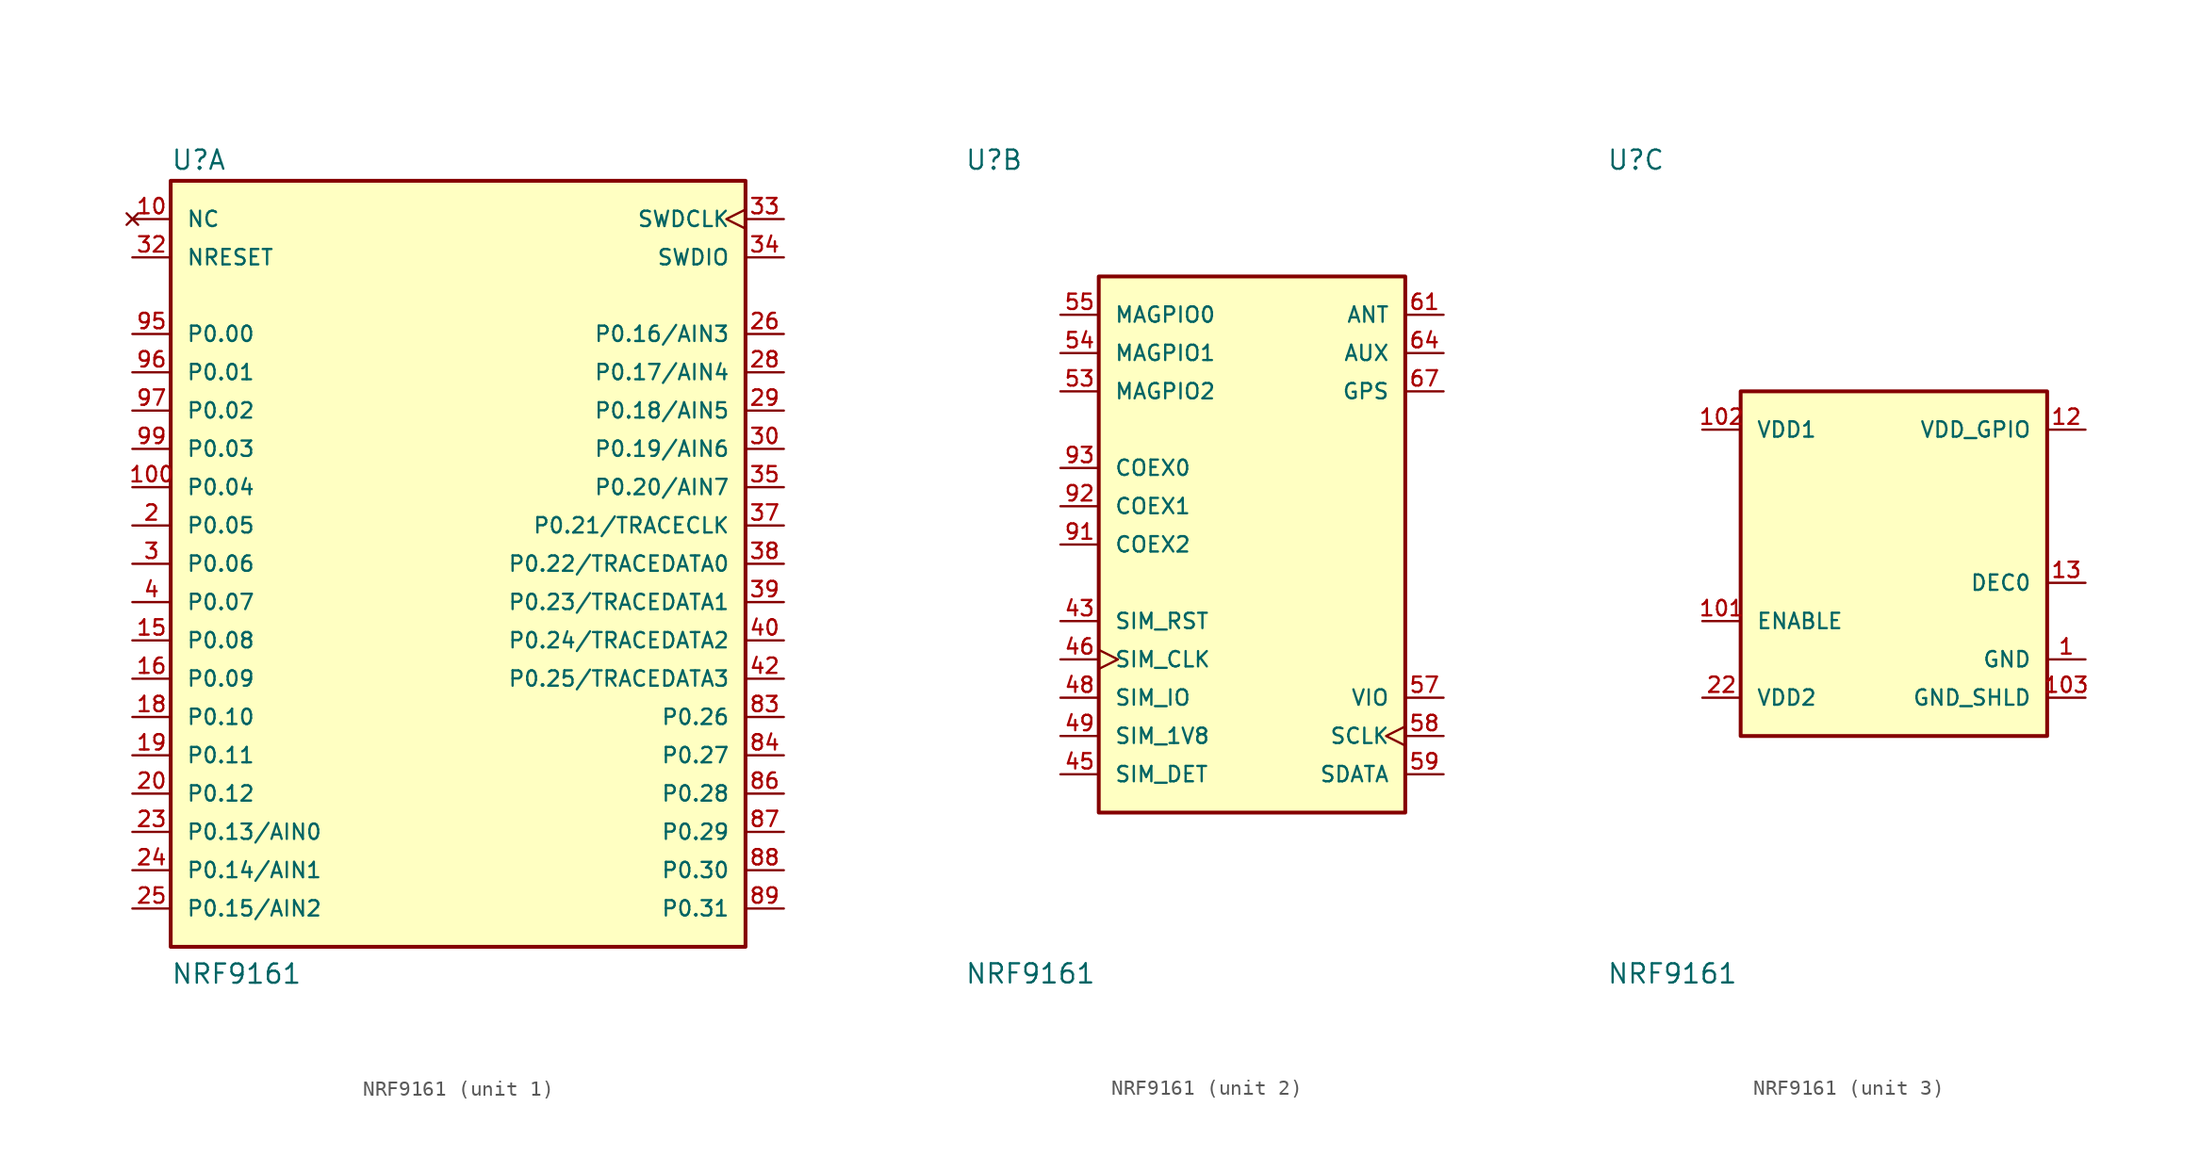
<source format=kicad_sym>
(kicad_symbol_lib
  (version 20241209)
  (generator "kicad_symbol_editor")
  (generator_version "9.0")
  (symbol "NRF9161"
    (pin_names
      (offset 1.016))
    (property "Reference" "U"
      (at -19.05 26.035 0)
      (effects (font (size 1.27 1.27)) (justify left bottom)))
    (property "Value" "NRF9161"
      (at -19.05 -27.94 0)
      (effects (font (size 1.27 1.27)) (justify left bottom)))
    (property "ki_locked" ""
      (at 0 0 0)
      (effects (font (size 1.27 1.27))))
    (symbol "NRF9161_1_0"
      (rectangle (start -19.05 25.4) (end 19.05 -25.4) (stroke (width 0.254) (type solid)) (fill (type color) (color 255 255 194 1)))
      (pin no_connect line (at -21.59 22.86 0) (length 2.54) (name "NC" (effects (font (size 1.016 1.016)))) (number "10" (effects (font (size 1.016 1.016)))))
      (pin no_connect line (at -21.59 22.86 0) (length 2.54) (hide yes) (name "NC" (effects (font (size 1.016 1.016)))) (number "104" (effects (font (size 1.016 1.016)))))
      (pin no_connect line (at -21.59 22.86 0) (length 2.54) (hide yes) (name "NC" (effects (font (size 1.016 1.016)))) (number "105" (effects (font (size 1.016 1.016)))))
      (pin no_connect line (at -21.59 22.86 0) (length 2.54) (hide yes) (name "NC" (effects (font (size 1.016 1.016)))) (number "106" (effects (font (size 1.016 1.016)))))
      (pin no_connect line (at -21.59 22.86 0) (length 2.54) (hide yes) (name "NC" (effects (font (size 1.016 1.016)))) (number "107" (effects (font (size 1.016 1.016)))))
      (pin no_connect line (at -21.59 22.86 0) (length 2.54) (hide yes) (name "NC" (effects (font (size 1.016 1.016)))) (number "108" (effects (font (size 1.016 1.016)))))
      (pin no_connect line (at -21.59 22.86 0) (length 2.54) (hide yes) (name "NC" (effects (font (size 1.016 1.016)))) (number "109" (effects (font (size 1.016 1.016)))))
      (pin no_connect line (at -21.59 22.86 0) (length 2.54) (hide yes) (name "NC" (effects (font (size 1.016 1.016)))) (number "110" (effects (font (size 1.016 1.016)))))
      (pin no_connect line (at -21.59 22.86 0) (length 2.54) (hide yes) (name "NC" (effects (font (size 1.016 1.016)))) (number "111" (effects (font (size 1.016 1.016)))))
      (pin no_connect line (at -21.59 22.86 0) (length 2.54) (hide yes) (name "NC" (effects (font (size 1.016 1.016)))) (number "112" (effects (font (size 1.016 1.016)))))
      (pin no_connect line (at -21.59 22.86 0) (length 2.54) (hide yes) (name "NC" (effects (font (size 1.016 1.016)))) (number "113" (effects (font (size 1.016 1.016)))))
      (pin no_connect line (at -21.59 22.86 0) (length 2.54) (hide yes) (name "NC" (effects (font (size 1.016 1.016)))) (number "114" (effects (font (size 1.016 1.016)))))
      (pin no_connect line (at -21.59 22.86 0) (length 2.54) (hide yes) (name "NC" (effects (font (size 1.016 1.016)))) (number "115" (effects (font (size 1.016 1.016)))))
      (pin no_connect line (at -21.59 22.86 0) (length 2.54) (hide yes) (name "NC" (effects (font (size 1.016 1.016)))) (number "116" (effects (font (size 1.016 1.016)))))
      (pin no_connect line (at -21.59 22.86 0) (length 2.54) (hide yes) (name "NC" (effects (font (size 1.016 1.016)))) (number "117" (effects (font (size 1.016 1.016)))))
      (pin no_connect line (at -21.59 22.86 0) (length 2.54) (hide yes) (name "NC" (effects (font (size 1.016 1.016)))) (number "118" (effects (font (size 1.016 1.016)))))
      (pin no_connect line (at -21.59 22.86 0) (length 2.54) (hide yes) (name "NC" (effects (font (size 1.016 1.016)))) (number "119" (effects (font (size 1.016 1.016)))))
      (pin no_connect line (at -21.59 22.86 0) (length 2.54) (hide yes) (name "NC" (effects (font (size 1.016 1.016)))) (number "120" (effects (font (size 1.016 1.016)))))
      (pin no_connect line (at -21.59 22.86 0) (length 2.54) (hide yes) (name "NC" (effects (font (size 1.016 1.016)))) (number "121" (effects (font (size 1.016 1.016)))))
      (pin no_connect line (at -21.59 22.86 0) (length 2.54) (hide yes) (name "NC" (effects (font (size 1.016 1.016)))) (number "122" (effects (font (size 1.016 1.016)))))
      (pin no_connect line (at -21.59 22.86 0) (length 2.54) (hide yes) (name "NC" (effects (font (size 1.016 1.016)))) (number "123" (effects (font (size 1.016 1.016)))))
      (pin no_connect line (at -21.59 22.86 0) (length 2.54) (hide yes) (name "NC" (effects (font (size 1.016 1.016)))) (number "124" (effects (font (size 1.016 1.016)))))
      (pin no_connect line (at -21.59 22.86 0) (length 2.54) (hide yes) (name "NC" (effects (font (size 1.016 1.016)))) (number "125" (effects (font (size 1.016 1.016)))))
      (pin no_connect line (at -21.59 22.86 0) (length 2.54) (hide yes) (name "NC" (effects (font (size 1.016 1.016)))) (number "126" (effects (font (size 1.016 1.016)))))
      (pin no_connect line (at -21.59 22.86 0) (length 2.54) (hide yes) (name "NC" (effects (font (size 1.016 1.016)))) (number "127" (effects (font (size 1.016 1.016)))))
      (pin no_connect line (at -21.59 22.86 0) (length 2.54) (hide yes) (name "NC" (effects (font (size 1.016 1.016)))) (number "51" (effects (font (size 1.016 1.016)))))
      (pin no_connect line (at -21.59 22.86 0) (length 2.54) (hide yes) (name "NC" (effects (font (size 1.016 1.016)))) (number "70" (effects (font (size 1.016 1.016)))))
      (pin no_connect line (at -21.59 22.86 0) (length 2.54) (hide yes) (name "NC" (effects (font (size 1.016 1.016)))) (number "71" (effects (font (size 1.016 1.016)))))
      (pin no_connect line (at -21.59 22.86 0) (length 2.54) (hide yes) (name "NC" (effects (font (size 1.016 1.016)))) (number "73" (effects (font (size 1.016 1.016)))))
      (pin input line (at -21.59 20.32 0) (length 2.54) (name "NRESET" (effects (font (size 1.016 1.016)))) (number "32" (effects (font (size 1.016 1.016)))))
      (pin bidirectional line (at -21.59 15.24 0) (length 2.54) (name "P0.00" (effects (font (size 1.016 1.016)))) (number "95" (effects (font (size 1.016 1.016)))))
      (pin bidirectional line (at -21.59 12.7 0) (length 2.54) (name "P0.01" (effects (font (size 1.016 1.016)))) (number "96" (effects (font (size 1.016 1.016)))))
      (pin bidirectional line (at -21.59 10.16 0) (length 2.54) (name "P0.02" (effects (font (size 1.016 1.016)))) (number "97" (effects (font (size 1.016 1.016)))))
      (pin bidirectional line (at -21.59 7.62 0) (length 2.54) (name "P0.03" (effects (font (size 1.016 1.016)))) (number "99" (effects (font (size 1.016 1.016)))))
      (pin bidirectional line (at -21.59 5.08 0) (length 2.54) (name "P0.04" (effects (font (size 1.016 1.016)))) (number "100" (effects (font (size 1.016 1.016)))))
      (pin bidirectional line (at -21.59 2.54 0) (length 2.54) (name "P0.05" (effects (font (size 1.016 1.016)))) (number "2" (effects (font (size 1.016 1.016)))))
      (pin bidirectional line (at -21.59 0 0) (length 2.54) (name "P0.06" (effects (font (size 1.016 1.016)))) (number "3" (effects (font (size 1.016 1.016)))))
      (pin bidirectional line (at -21.59 -2.54 0) (length 2.54) (name "P0.07" (effects (font (size 1.016 1.016)))) (number "4" (effects (font (size 1.016 1.016)))))
      (pin bidirectional line (at -21.59 -5.08 0) (length 2.54) (name "P0.08" (effects (font (size 1.016 1.016)))) (number "15" (effects (font (size 1.016 1.016)))))
      (pin bidirectional line (at -21.59 -7.62 0) (length 2.54) (name "P0.09" (effects (font (size 1.016 1.016)))) (number "16" (effects (font (size 1.016 1.016)))))
      (pin bidirectional line (at -21.59 -10.16 0) (length 2.54) (name "P0.10" (effects (font (size 1.016 1.016)))) (number "18" (effects (font (size 1.016 1.016)))))
      (pin bidirectional line (at -21.59 -12.7 0) (length 2.54) (name "P0.11" (effects (font (size 1.016 1.016)))) (number "19" (effects (font (size 1.016 1.016)))))
      (pin bidirectional line (at -21.59 -15.24 0) (length 2.54) (name "P0.12" (effects (font (size 1.016 1.016)))) (number "20" (effects (font (size 1.016 1.016)))))
      (pin bidirectional line (at -21.59 -17.78 0) (length 2.54) (name "P0.13/AIN0" (effects (font (size 1.016 1.016)))) (number "23" (effects (font (size 1.016 1.016)))))
      (pin bidirectional line (at -21.59 -20.32 0) (length 2.54) (name "P0.14/AIN1" (effects (font (size 1.016 1.016)))) (number "24" (effects (font (size 1.016 1.016)))))
      (pin bidirectional line (at -21.59 -22.86 0) (length 2.54) (name "P0.15/AIN2" (effects (font (size 1.016 1.016)))) (number "25" (effects (font (size 1.016 1.016)))))
      (pin input clock (at 21.59 22.86 180) (length 2.54) (name "SWDCLK" (effects (font (size 1.016 1.016)))) (number "33" (effects (font (size 1.016 1.016)))))
      (pin bidirectional line (at 21.59 20.32 180) (length 2.54) (name "SWDIO" (effects (font (size 1.016 1.016)))) (number "34" (effects (font (size 1.016 1.016)))))
      (pin bidirectional line (at 21.59 15.24 180) (length 2.54) (name "P0.16/AIN3" (effects (font (size 1.016 1.016)))) (number "26" (effects (font (size 1.016 1.016)))))
      (pin bidirectional line (at 21.59 12.7 180) (length 2.54) (name "P0.17/AIN4" (effects (font (size 1.016 1.016)))) (number "28" (effects (font (size 1.016 1.016)))))
      (pin bidirectional line (at 21.59 10.16 180) (length 2.54) (name "P0.18/AIN5" (effects (font (size 1.016 1.016)))) (number "29" (effects (font (size 1.016 1.016)))))
      (pin bidirectional line (at 21.59 7.62 180) (length 2.54) (name "P0.19/AIN6" (effects (font (size 1.016 1.016)))) (number "30" (effects (font (size 1.016 1.016)))))
      (pin bidirectional line (at 21.59 5.08 180) (length 2.54) (name "P0.20/AIN7" (effects (font (size 1.016 1.016)))) (number "35" (effects (font (size 1.016 1.016)))))
      (pin bidirectional line (at 21.59 2.54 180) (length 2.54) (name "P0.21/TRACECLK" (effects (font (size 1.016 1.016)))) (number "37" (effects (font (size 1.016 1.016)))))
      (pin bidirectional line (at 21.59 0 180) (length 2.54) (name "P0.22/TRACEDATA0" (effects (font (size 1.016 1.016)))) (number "38" (effects (font (size 1.016 1.016)))))
      (pin bidirectional line (at 21.59 -2.54 180) (length 2.54) (name "P0.23/TRACEDATA1" (effects (font (size 1.016 1.016)))) (number "39" (effects (font (size 1.016 1.016)))))
      (pin bidirectional line (at 21.59 -5.08 180) (length 2.54) (name "P0.24/TRACEDATA2" (effects (font (size 1.016 1.016)))) (number "40" (effects (font (size 1.016 1.016)))))
      (pin bidirectional line (at 21.59 -7.62 180) (length 2.54) (name "P0.25/TRACEDATA3" (effects (font (size 1.016 1.016)))) (number "42" (effects (font (size 1.016 1.016)))))
      (pin bidirectional line (at 21.59 -10.16 180) (length 2.54) (name "P0.26" (effects (font (size 1.016 1.016)))) (number "83" (effects (font (size 1.016 1.016)))))
      (pin bidirectional line (at 21.59 -12.7 180) (length 2.54) (name "P0.27" (effects (font (size 1.016 1.016)))) (number "84" (effects (font (size 1.016 1.016)))))
      (pin bidirectional line (at 21.59 -15.24 180) (length 2.54) (name "P0.28" (effects (font (size 1.016 1.016)))) (number "86" (effects (font (size 1.016 1.016)))))
      (pin bidirectional line (at 21.59 -17.78 180) (length 2.54) (name "P0.29" (effects (font (size 1.016 1.016)))) (number "87" (effects (font (size 1.016 1.016)))))
      (pin bidirectional line (at 21.59 -20.32 180) (length 2.54) (name "P0.30" (effects (font (size 1.016 1.016)))) (number "88" (effects (font (size 1.016 1.016)))))
      (pin bidirectional line (at 21.59 -22.86 180) (length 2.54) (name "P0.31" (effects (font (size 1.016 1.016)))) (number "89" (effects (font (size 1.016 1.016))))))
    (symbol "NRF9161_2_0"
      (rectangle (start -10.16 19.05) (end 10.16 -16.51) (stroke (width 0.254) (type default)) (fill (type color) (color 255 255 194 1)))
      (pin bidirectional line (at -12.7 16.51 0) (length 2.54) (name "MAGPIO0" (effects (font (size 1.016 1.016)))) (number "55" (effects (font (size 1.016 1.016)))))
      (pin bidirectional line (at -12.7 13.97 0) (length 2.54) (name "MAGPIO1" (effects (font (size 1.016 1.016)))) (number "54" (effects (font (size 1.016 1.016)))))
      (pin bidirectional line (at -12.7 11.43 0) (length 2.54) (name "MAGPIO2" (effects (font (size 1.016 1.016)))) (number "53" (effects (font (size 1.016 1.016)))))
      (pin bidirectional line (at -12.7 6.35 0) (length 2.54) (name "COEX0" (effects (font (size 1.016 1.016)))) (number "93" (effects (font (size 1.016 1.016)))))
      (pin bidirectional line (at -12.7 3.81 0) (length 2.54) (name "COEX1" (effects (font (size 1.016 1.016)))) (number "92" (effects (font (size 1.016 1.016)))))
      (pin bidirectional line (at -12.7 1.27 0) (length 2.54) (name "COEX2" (effects (font (size 1.016 1.016)))) (number "91" (effects (font (size 1.016 1.016)))))
      (pin bidirectional line (at -12.7 -3.81 0) (length 2.54) (name "SIM_RST" (effects (font (size 1.016 1.016)))) (number "43" (effects (font (size 1.016 1.016)))))
      (pin bidirectional clock (at -12.7 -6.35 0) (length 2.54) (name "SIM_CLK" (effects (font (size 1.016 1.016)))) (number "46" (effects (font (size 1.016 1.016)))))
      (pin bidirectional line (at -12.7 -8.89 0) (length 2.54) (name "SIM_IO" (effects (font (size 1.016 1.016)))) (number "48" (effects (font (size 1.016 1.016)))))
      (pin power_out line (at -12.7 -11.43 0) (length 2.54) (name "SIM_1V8" (effects (font (size 1.016 1.016)))) (number "49" (effects (font (size 1.016 1.016)))))
      (pin bidirectional line (at -12.7 -13.97 0) (length 2.54) (name "SIM_DET" (effects (font (size 1.016 1.016)))) (number "45" (effects (font (size 1.016 1.016)))))
      (pin bidirectional line (at 12.7 16.51 180) (length 2.54) (name "ANT" (effects (font (size 1.016 1.016)))) (number "61" (effects (font (size 1.016 1.016)))))
      (pin output line (at 12.7 13.97 180) (length 2.54) (name "AUX" (effects (font (size 1.016 1.016)))) (number "64" (effects (font (size 1.016 1.016)))))
      (pin input line (at 12.7 11.43 180) (length 2.54) (name "GPS" (effects (font (size 1.016 1.016)))) (number "67" (effects (font (size 1.016 1.016)))))
      (pin power_in line (at 12.7 -8.89 180) (length 2.54) (name "VIO" (effects (font (size 1.016 1.016)))) (number "57" (effects (font (size 1.016 1.016)))))
      (pin bidirectional clock (at 12.7 -11.43 180) (length 2.54) (name "SCLK" (effects (font (size 1.016 1.016)))) (number "58" (effects (font (size 1.016 1.016)))))
      (pin bidirectional line (at 12.7 -13.97 180) (length 2.54) (name "SDATA" (effects (font (size 1.016 1.016)))) (number "59" (effects (font (size 1.016 1.016))))))
    (symbol "NRF9161_3_0"
      (rectangle (start -10.16 11.43) (end 10.16 -11.43) (stroke (width 0.254) (type solid)) (fill (type color) (color 255 255 194 1)))
      (pin power_in line (at -12.7 8.89 0) (length 2.54) (name "VDD1" (effects (font (size 1.016 1.016)))) (number "102" (effects (font (size 1.016 1.016)))))
      (pin input line (at -12.7 -3.81 0) (length 2.54) (name "ENABLE" (effects (font (size 1.016 1.016)))) (number "101" (effects (font (size 1.016 1.016)))))
      (pin power_in line (at -12.7 -8.89 0) (length 2.54) (name "VDD2" (effects (font (size 1.016 1.016)))) (number "22" (effects (font (size 1.016 1.016)))))
      (pin power_in line (at 12.7 8.89 180) (length 2.54) (name "VDD_GPIO" (effects (font (size 1.016 1.016)))) (number "12" (effects (font (size 1.016 1.016)))))
      (pin power_in line (at 12.7 -1.27 180) (length 2.54) (name "DEC0" (effects (font (size 1.016 1.016)))) (number "13" (effects (font (size 1.016 1.016)))))
      (pin power_in line (at 12.7 -6.35 180) (length 2.54) (name "GND" (effects (font (size 1.016 1.016)))) (number "1" (effects (font (size 1.016 1.016)))))
      (pin power_in line (at 12.7 -6.35 180) (length 2.54) (hide yes) (name "GND" (effects (font (size 1.016 1.016)))) (number "11" (effects (font (size 1.016 1.016)))))
      (pin power_in line (at 12.7 -6.35 180) (length 2.54) (hide yes) (name "GND" (effects (font (size 1.016 1.016)))) (number "14" (effects (font (size 1.016 1.016)))))
      (pin power_in line (at 12.7 -6.35 180) (length 2.54) (hide yes) (name "GND" (effects (font (size 1.016 1.016)))) (number "17" (effects (font (size 1.016 1.016)))))
      (pin power_in line (at 12.7 -6.35 180) (length 2.54) (hide yes) (name "GND" (effects (font (size 1.016 1.016)))) (number "21" (effects (font (size 1.016 1.016)))))
      (pin power_in line (at 12.7 -6.35 180) (length 2.54) (hide yes) (name "GND" (effects (font (size 1.016 1.016)))) (number "27" (effects (font (size 1.016 1.016)))))
      (pin power_in line (at 12.7 -6.35 180) (length 2.54) (hide yes) (name "GND" (effects (font (size 1.016 1.016)))) (number "31" (effects (font (size 1.016 1.016)))))
      (pin power_in line (at 12.7 -6.35 180) (length 2.54) (hide yes) (name "GND" (effects (font (size 1.016 1.016)))) (number "36" (effects (font (size 1.016 1.016)))))
      (pin power_in line (at 12.7 -6.35 180) (length 2.54) (hide yes) (name "GND" (effects (font (size 1.016 1.016)))) (number "41" (effects (font (size 1.016 1.016)))))
      (pin power_in line (at 12.7 -6.35 180) (length 2.54) (hide yes) (name "GND" (effects (font (size 1.016 1.016)))) (number "44" (effects (font (size 1.016 1.016)))))
      (pin power_in line (at 12.7 -6.35 180) (length 2.54) (hide yes) (name "GND" (effects (font (size 1.016 1.016)))) (number "47" (effects (font (size 1.016 1.016)))))
      (pin power_in line (at 12.7 -6.35 180) (length 2.54) (hide yes) (name "GND" (effects (font (size 1.016 1.016)))) (number "5" (effects (font (size 1.016 1.016)))))
      (pin power_in line (at 12.7 -6.35 180) (length 2.54) (hide yes) (name "GND" (effects (font (size 1.016 1.016)))) (number "50" (effects (font (size 1.016 1.016)))))
      (pin power_in line (at 12.7 -6.35 180) (length 2.54) (hide yes) (name "GND" (effects (font (size 1.016 1.016)))) (number "52" (effects (font (size 1.016 1.016)))))
      (pin power_in line (at 12.7 -6.35 180) (length 2.54) (hide yes) (name "GND" (effects (font (size 1.016 1.016)))) (number "56" (effects (font (size 1.016 1.016)))))
      (pin power_in line (at 12.7 -6.35 180) (length 2.54) (hide yes) (name "GND" (effects (font (size 1.016 1.016)))) (number "6" (effects (font (size 1.016 1.016)))))
      (pin power_in line (at 12.7 -6.35 180) (length 2.54) (hide yes) (name "GND" (effects (font (size 1.016 1.016)))) (number "60" (effects (font (size 1.016 1.016)))))
      (pin power_in line (at 12.7 -6.35 180) (length 2.54) (hide yes) (name "GND" (effects (font (size 1.016 1.016)))) (number "62" (effects (font (size 1.016 1.016)))))
      (pin power_in line (at 12.7 -6.35 180) (length 2.54) (hide yes) (name "GND" (effects (font (size 1.016 1.016)))) (number "63" (effects (font (size 1.016 1.016)))))
      (pin power_in line (at 12.7 -6.35 180) (length 2.54) (hide yes) (name "GND" (effects (font (size 1.016 1.016)))) (number "65" (effects (font (size 1.016 1.016)))))
      (pin power_in line (at 12.7 -6.35 180) (length 2.54) (hide yes) (name "GND" (effects (font (size 1.016 1.016)))) (number "66" (effects (font (size 1.016 1.016)))))
      (pin power_in line (at 12.7 -6.35 180) (length 2.54) (hide yes) (name "GND" (effects (font (size 1.016 1.016)))) (number "68" (effects (font (size 1.016 1.016)))))
      (pin power_in line (at 12.7 -6.35 180) (length 2.54) (hide yes) (name "GND" (effects (font (size 1.016 1.016)))) (number "69" (effects (font (size 1.016 1.016)))))
      (pin power_in line (at 12.7 -6.35 180) (length 2.54) (hide yes) (name "GND" (effects (font (size 1.016 1.016)))) (number "7" (effects (font (size 1.016 1.016)))))
      (pin power_in line (at 12.7 -6.35 180) (length 2.54) (hide yes) (name "GND" (effects (font (size 1.016 1.016)))) (number "72" (effects (font (size 1.016 1.016)))))
      (pin power_in line (at 12.7 -6.35 180) (length 2.54) (hide yes) (name "GND" (effects (font (size 1.016 1.016)))) (number "74" (effects (font (size 1.016 1.016)))))
      (pin power_in line (at 12.7 -6.35 180) (length 2.54) (hide yes) (name "GND" (effects (font (size 1.016 1.016)))) (number "75" (effects (font (size 1.016 1.016)))))
      (pin power_in line (at 12.7 -6.35 180) (length 2.54) (hide yes) (name "GND" (effects (font (size 1.016 1.016)))) (number "76" (effects (font (size 1.016 1.016)))))
      (pin power_in line (at 12.7 -6.35 180) (length 2.54) (hide yes) (name "GND" (effects (font (size 1.016 1.016)))) (number "77" (effects (font (size 1.016 1.016)))))
      (pin power_in line (at 12.7 -6.35 180) (length 2.54) (hide yes) (name "GND" (effects (font (size 1.016 1.016)))) (number "78" (effects (font (size 1.016 1.016)))))
      (pin power_in line (at 12.7 -6.35 180) (length 2.54) (hide yes) (name "GND" (effects (font (size 1.016 1.016)))) (number "79" (effects (font (size 1.016 1.016)))))
      (pin power_in line (at 12.7 -6.35 180) (length 2.54) (hide yes) (name "GND" (effects (font (size 1.016 1.016)))) (number "8" (effects (font (size 1.016 1.016)))))
      (pin power_in line (at 12.7 -6.35 180) (length 2.54) (hide yes) (name "GND" (effects (font (size 1.016 1.016)))) (number "80" (effects (font (size 1.016 1.016)))))
      (pin power_in line (at 12.7 -6.35 180) (length 2.54) (hide yes) (name "GND" (effects (font (size 1.016 1.016)))) (number "81" (effects (font (size 1.016 1.016)))))
      (pin power_in line (at 12.7 -6.35 180) (length 2.54) (hide yes) (name "GND" (effects (font (size 1.016 1.016)))) (number "82" (effects (font (size 1.016 1.016)))))
      (pin power_in line (at 12.7 -6.35 180) (length 2.54) (hide yes) (name "GND" (effects (font (size 1.016 1.016)))) (number "85" (effects (font (size 1.016 1.016)))))
      (pin power_in line (at 12.7 -6.35 180) (length 2.54) (hide yes) (name "GND" (effects (font (size 1.016 1.016)))) (number "9" (effects (font (size 1.016 1.016)))))
      (pin power_in line (at 12.7 -6.35 180) (length 2.54) (hide yes) (name "GND" (effects (font (size 1.016 1.016)))) (number "90" (effects (font (size 1.016 1.016)))))
      (pin power_in line (at 12.7 -6.35 180) (length 2.54) (hide yes) (name "GND" (effects (font (size 1.016 1.016)))) (number "94" (effects (font (size 1.016 1.016)))))
      (pin power_in line (at 12.7 -6.35 180) (length 2.54) (hide yes) (name "GND" (effects (font (size 1.016 1.016)))) (number "98" (effects (font (size 1.016 1.016)))))
      (pin power_in line (at 12.7 -8.89 180) (length 2.54) (name "GND_SHLD" (effects (font (size 1.016 1.016)))) (number "103" (effects (font (size 1.016 1.016)))))
      (pin power_in line (at 12.7 -8.89 180) (length 2.54) (hide yes) (name "GND_SHLD" (effects (font (size 1.016 1.016)))) (number "103_10" (effects (font (size 1.016 1.016)))))
      (pin power_in line (at 12.7 -8.89 180) (length 2.54) (hide yes) (name "GND_SHLD" (effects (font (size 1.016 1.016)))) (number "103_11" (effects (font (size 1.016 1.016)))))
      (pin power_in line (at 12.7 -8.89 180) (length 2.54) (hide yes) (name "GND_SHLD" (effects (font (size 1.016 1.016)))) (number "103_12" (effects (font (size 1.016 1.016)))))
      (pin power_in line (at 12.7 -8.89 180) (length 2.54) (hide yes) (name "GND_SHLD" (effects (font (size 1.016 1.016)))) (number "103_13" (effects (font (size 1.016 1.016)))))
      (pin power_in line (at 12.7 -8.89 180) (length 2.54) (hide yes) (name "GND_SHLD" (effects (font (size 1.016 1.016)))) (number "103_14" (effects (font (size 1.016 1.016)))))
      (pin power_in line (at 12.7 -8.89 180) (length 2.54) (hide yes) (name "GND_SHLD" (effects (font (size 1.016 1.016)))) (number "103_15" (effects (font (size 1.016 1.016)))))
      (pin power_in line (at 12.7 -8.89 180) (length 2.54) (hide yes) (name "GND_SHLD" (effects (font (size 1.016 1.016)))) (number "103_16" (effects (font (size 1.016 1.016)))))
      (pin power_in line (at 12.7 -8.89 180) (length 2.54) (hide yes) (name "GND_SHLD" (effects (font (size 1.016 1.016)))) (number "103_17" (effects (font (size 1.016 1.016)))))
      (pin power_in line (at 12.7 -8.89 180) (length 2.54) (hide yes) (name "GND_SHLD" (effects (font (size 1.016 1.016)))) (number "103_18" (effects (font (size 1.016 1.016)))))
      (pin power_in line (at 12.7 -8.89 180) (length 2.54) (hide yes) (name "GND_SHLD" (effects (font (size 1.016 1.016)))) (number "103_19" (effects (font (size 1.016 1.016)))))
      (pin power_in line (at 12.7 -8.89 180) (length 2.54) (hide yes) (name "GND_SHLD" (effects (font (size 1.016 1.016)))) (number "103_2" (effects (font (size 1.016 1.016)))))
      (pin power_in line (at 12.7 -8.89 180) (length 2.54) (hide yes) (name "GND_SHLD" (effects (font (size 1.016 1.016)))) (number "103_20" (effects (font (size 1.016 1.016)))))
      (pin power_in line (at 12.7 -8.89 180) (length 2.54) (hide yes) (name "GND_SHLD" (effects (font (size 1.016 1.016)))) (number "103_21" (effects (font (size 1.016 1.016)))))
      (pin power_in line (at 12.7 -8.89 180) (length 2.54) (hide yes) (name "GND_SHLD" (effects (font (size 1.016 1.016)))) (number "103_22" (effects (font (size 1.016 1.016)))))
      (pin power_in line (at 12.7 -8.89 180) (length 2.54) (hide yes) (name "GND_SHLD" (effects (font (size 1.016 1.016)))) (number "103_23" (effects (font (size 1.016 1.016)))))
      (pin power_in line (at 12.7 -8.89 180) (length 2.54) (hide yes) (name "GND_SHLD" (effects (font (size 1.016 1.016)))) (number "103_24" (effects (font (size 1.016 1.016)))))
      (pin power_in line (at 12.7 -8.89 180) (length 2.54) (hide yes) (name "GND_SHLD" (effects (font (size 1.016 1.016)))) (number "103_25" (effects (font (size 1.016 1.016)))))
      (pin power_in line (at 12.7 -8.89 180) (length 2.54) (hide yes) (name "GND_SHLD" (effects (font (size 1.016 1.016)))) (number "103_26" (effects (font (size 1.016 1.016)))))
      (pin power_in line (at 12.7 -8.89 180) (length 2.54) (hide yes) (name "GND_SHLD" (effects (font (size 1.016 1.016)))) (number "103_27" (effects (font (size 1.016 1.016)))))
      (pin power_in line (at 12.7 -8.89 180) (length 2.54) (hide yes) (name "GND_SHLD" (effects (font (size 1.016 1.016)))) (number "103_28" (effects (font (size 1.016 1.016)))))
      (pin power_in line (at 12.7 -8.89 180) (length 2.54) (hide yes) (name "GND_SHLD" (effects (font (size 1.016 1.016)))) (number "103_29" (effects (font (size 1.016 1.016)))))
      (pin power_in line (at 12.7 -8.89 180) (length 2.54) (hide yes) (name "GND_SHLD" (effects (font (size 1.016 1.016)))) (number "103_3" (effects (font (size 1.016 1.016)))))
      (pin power_in line (at 12.7 -8.89 180) (length 2.54) (hide yes) (name "GND_SHLD" (effects (font (size 1.016 1.016)))) (number "103_30" (effects (font (size 1.016 1.016)))))
      (pin power_in line (at 12.7 -8.89 180) (length 2.54) (hide yes) (name "GND_SHLD" (effects (font (size 1.016 1.016)))) (number "103_31" (effects (font (size 1.016 1.016)))))
      (pin power_in line (at 12.7 -8.89 180) (length 2.54) (hide yes) (name "GND_SHLD" (effects (font (size 1.016 1.016)))) (number "103_32" (effects (font (size 1.016 1.016)))))
      (pin power_in line (at 12.7 -8.89 180) (length 2.54) (hide yes) (name "GND_SHLD" (effects (font (size 1.016 1.016)))) (number "103_33" (effects (font (size 1.016 1.016)))))
      (pin power_in line (at 12.7 -8.89 180) (length 2.54) (hide yes) (name "GND_SHLD" (effects (font (size 1.016 1.016)))) (number "103_4" (effects (font (size 1.016 1.016)))))
      (pin power_in line (at 12.7 -8.89 180) (length 2.54) (hide yes) (name "GND_SHLD" (effects (font (size 1.016 1.016)))) (number "103_5" (effects (font (size 1.016 1.016)))))
      (pin power_in line (at 12.7 -8.89 180) (length 2.54) (hide yes) (name "GND_SHLD" (effects (font (size 1.016 1.016)))) (number "103_6" (effects (font (size 1.016 1.016)))))
      (pin power_in line (at 12.7 -8.89 180) (length 2.54) (hide yes) (name "GND_SHLD" (effects (font (size 1.016 1.016)))) (number "103_7" (effects (font (size 1.016 1.016)))))
      (pin power_in line (at 12.7 -8.89 180) (length 2.54) (hide yes) (name "GND_SHLD" (effects (font (size 1.016 1.016)))) (number "103_8" (effects (font (size 1.016 1.016)))))
      (pin power_in line (at 12.7 -8.89 180) (length 2.54) (hide yes) (name "GND_SHLD" (effects (font (size 1.016 1.016)))) (number "103_9" (effects (font (size 1.016 1.016))))))))
</source>
